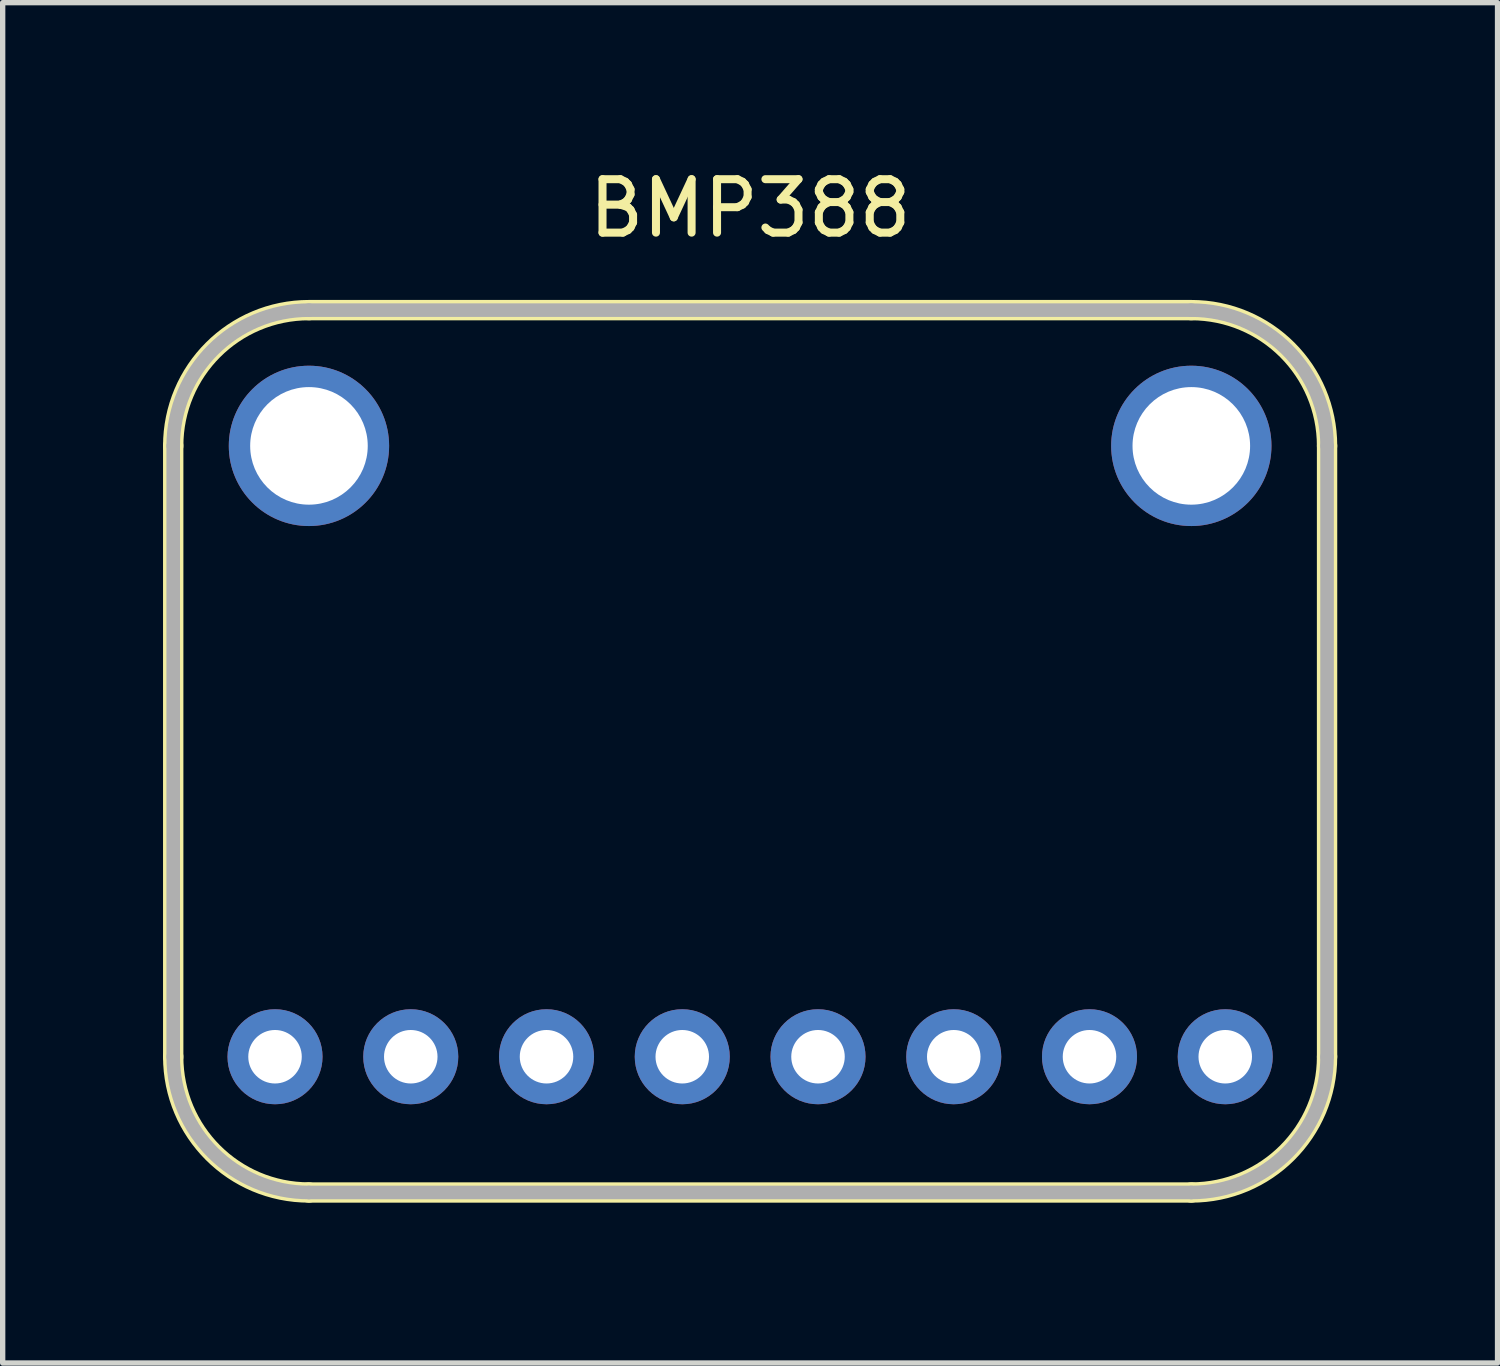
<source format=kicad_pcb>
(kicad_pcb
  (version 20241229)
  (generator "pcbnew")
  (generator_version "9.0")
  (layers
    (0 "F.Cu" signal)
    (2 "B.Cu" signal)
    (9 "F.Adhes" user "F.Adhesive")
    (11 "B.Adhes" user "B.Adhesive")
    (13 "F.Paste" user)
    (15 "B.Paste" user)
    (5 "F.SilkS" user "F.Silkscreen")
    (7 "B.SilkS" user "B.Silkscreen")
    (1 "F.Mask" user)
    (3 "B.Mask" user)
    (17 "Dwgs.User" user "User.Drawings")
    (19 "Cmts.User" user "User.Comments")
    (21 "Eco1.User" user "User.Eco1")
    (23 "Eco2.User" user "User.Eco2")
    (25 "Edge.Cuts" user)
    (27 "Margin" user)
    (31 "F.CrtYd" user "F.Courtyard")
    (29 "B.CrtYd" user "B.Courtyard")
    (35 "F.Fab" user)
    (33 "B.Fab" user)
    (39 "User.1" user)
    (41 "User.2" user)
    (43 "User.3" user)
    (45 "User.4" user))
  (footprint "BMP388"
    (layer "F.Cu")
    (at 10.986 11.008)
    (property "Reference" "BMP388" (at 0 -10.16 0) (layer "F.SilkS") (effects (font (size 1 1) (thickness 0.15))))
    (attr through_hole)
    (fp_line (start -10.795 5.715) (end -10.795 -5.715) (stroke (width 0.381) (type solid)) (layer "F.SilkS"))
    (fp_line (start 8.255 -8.255) (end -8.255 -8.255) (stroke (width 0.381) (type solid)) (layer "F.SilkS"))
    (fp_line (start 8.255 8.255) (end -8.255 8.255) (stroke (width 0.381) (type solid)) (layer "F.SilkS"))
    (fp_line (start 10.795 5.715) (end 10.795 -5.715) (stroke (width 0.381) (type solid)) (layer "F.SilkS"))
    (fp_arc (start -10.795 -5.715) (mid -10.051051 -7.511051) (end -8.255 -8.255) (stroke (width 0.381) (type solid)) (layer "F.SilkS"))
    (fp_arc (start -8.255 8.255) (mid -10.051051 7.511051) (end -10.795 5.715) (stroke (width 0.381) (type solid)) (layer "F.SilkS"))
    (fp_arc (start 8.255 -8.255) (mid 10.051051 -7.511051) (end 10.795 -5.715) (stroke (width 0.381) (type solid)) (layer "F.SilkS"))
    (fp_arc (start 10.795 5.715) (mid 10.051051 7.511051) (end 8.255 8.255) (stroke (width 0.381) (type solid)) (layer "F.SilkS"))
    (fp_line (start -10.795 5.715) (end -10.795 -5.715) (stroke (width 0.254) (type solid)) (layer "F.Fab"))
    (fp_line (start 8.255 -8.255) (end -8.255 -8.255) (stroke (width 0.254) (type solid)) (layer "F.Fab"))
    (fp_line (start 8.255 8.255) (end -8.255 8.255) (stroke (width 0.254) (type solid)) (layer "F.Fab"))
    (fp_line (start 10.795 5.715) (end 10.795 -5.715) (stroke (width 0.254) (type solid)) (layer "F.Fab"))
    (fp_arc (start -10.795 -5.715) (mid -10.051051 -7.511051) (end -8.255 -8.255) (stroke (width 0.254) (type solid)) (layer "F.Fab"))
    (fp_arc (start -8.255 8.255) (mid -10.051051 7.511051) (end -10.795 5.715) (stroke (width 0.254) (type solid)) (layer "F.Fab"))
    (fp_arc (start 8.255 -8.255) (mid 10.051051 -7.511051) (end 10.795 -5.715) (stroke (width 0.254) (type solid)) (layer "F.Fab"))
    (fp_arc (start 10.795 5.715) (mid 10.051051 7.511051) (end 8.255 8.255) (stroke (width 0.254) (type solid)) (layer "F.Fab"))
    (pad "1" thru_hole circle (at -8.89 5.715) (size 1.778 1.778) (drill 1.001) (layers "*.Cu" "*.Mask"))
    (pad "2" thru_hole circle (at -6.35 5.715) (size 1.778 1.778) (drill 1.001) (layers "*.Cu" "*.Mask"))
    (pad "3" thru_hole circle (at -3.81 5.715) (size 1.778 1.778) (drill 1.001) (layers "*.Cu" "*.Mask"))
    (pad "4" thru_hole circle (at -1.27 5.715) (size 1.778 1.778) (drill 1.001) (layers "*.Cu" "*.Mask"))
    (pad "5" thru_hole circle (at 1.27 5.715) (size 1.778 1.778) (drill 1.001) (layers "*.Cu" "*.Mask"))
    (pad "6" thru_hole circle (at 3.81 5.715) (size 1.778 1.778) (drill 1.001) (layers "*.Cu" "*.Mask"))
    (pad "7" thru_hole circle (at 6.35 5.715) (size 1.778 1.778) (drill 1.001) (layers "*.Cu" "*.Mask"))
    (pad "8" thru_hole circle (at 8.89 5.715) (size 1.778 1.778) (drill 1.001) (layers "*.Cu" "*.Mask"))
    (pad "9" thru_hole circle (at -8.255 -5.715) (size 3 3) (drill 2.2) (layers "*.Cu" "*.Mask"))
    (pad "10" thru_hole circle (at 8.255 -5.715) (size 3 3) (drill 2.2) (layers "*.Cu" "*.Mask")))
  (gr_rect
    (start -3 -3)
    (end 24.971 22.454)
    (stroke (width 0.1) (type default))
    (fill no)
    (layer "Edge.Cuts")))
</source>
